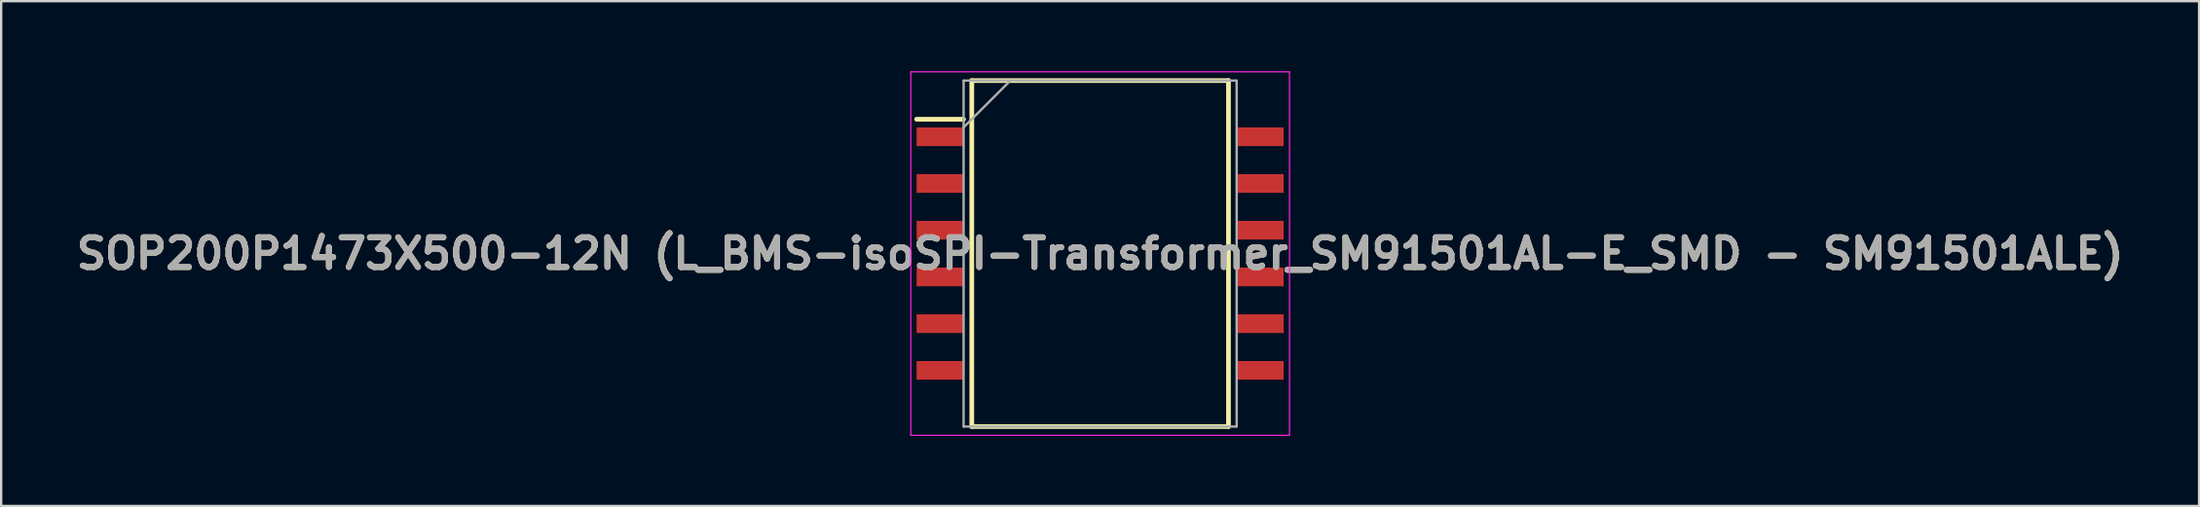
<source format=kicad_pcb>
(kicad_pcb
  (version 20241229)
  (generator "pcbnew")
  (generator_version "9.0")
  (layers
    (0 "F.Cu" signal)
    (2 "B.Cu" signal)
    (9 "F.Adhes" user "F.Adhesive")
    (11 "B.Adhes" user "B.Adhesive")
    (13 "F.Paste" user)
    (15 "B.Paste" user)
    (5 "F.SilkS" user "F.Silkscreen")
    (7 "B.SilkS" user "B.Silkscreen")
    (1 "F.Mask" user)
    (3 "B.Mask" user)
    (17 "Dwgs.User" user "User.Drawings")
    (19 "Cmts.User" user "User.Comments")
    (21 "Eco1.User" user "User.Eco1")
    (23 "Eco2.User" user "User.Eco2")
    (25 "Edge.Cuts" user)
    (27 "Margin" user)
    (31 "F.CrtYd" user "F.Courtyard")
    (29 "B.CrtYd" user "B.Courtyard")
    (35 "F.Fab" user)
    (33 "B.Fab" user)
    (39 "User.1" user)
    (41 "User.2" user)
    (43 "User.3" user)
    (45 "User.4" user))
  (footprint "SOP200P1473X500-12N (L_BMS-isoSPI-Transformer_SM91501AL-E_SMD - SM91501ALE)"
    (layer "F.Cu")
    (at 44.009 7.805)
    (property "Reference" "SOP200P1473X500-12N (L_BMS-isoSPI-Transformer_SM91501AL-E_SMD - SM91501ALE)" (at 0 0 0) (layer "F.SilkS") (effects (font (size 1.27 1.27) (thickness 0.254))))
    (attr smd)
    (fp_line (start -7.85 -5.75) (end -5.84 -5.75) (stroke (width 0.2) (type solid)) (layer "F.SilkS"))
    (fp_line (start -5.49 -7.405) (end 5.49 -7.405) (stroke (width 0.2) (type solid)) (layer "F.SilkS"))
    (fp_line (start -5.49 7.405) (end -5.49 -7.405) (stroke (width 0.2) (type solid)) (layer "F.SilkS"))
    (fp_line (start 5.49 -7.405) (end 5.49 7.405) (stroke (width 0.2) (type solid)) (layer "F.SilkS"))
    (fp_line (start 5.49 7.405) (end -5.49 7.405) (stroke (width 0.2) (type solid)) (layer "F.SilkS"))
    (fp_line (start -8.1 -7.78) (end 8.1 -7.78) (stroke (width 0.05) (type solid)) (layer "F.CrtYd"))
    (fp_line (start -8.1 7.78) (end -8.1 -7.78) (stroke (width 0.05) (type solid)) (layer "F.CrtYd"))
    (fp_line (start 8.1 -7.78) (end 8.1 7.78) (stroke (width 0.05) (type solid)) (layer "F.CrtYd"))
    (fp_line (start 8.1 7.78) (end -8.1 7.78) (stroke (width 0.05) (type solid)) (layer "F.CrtYd"))
    (fp_line (start -5.84 -7.405) (end 5.84 -7.405) (stroke (width 0.1) (type solid)) (layer "F.Fab"))
    (fp_line (start -5.84 -5.405) (end -3.84 -7.405) (stroke (width 0.1) (type solid)) (layer "F.Fab"))
    (fp_line (start -5.84 7.405) (end -5.84 -7.405) (stroke (width 0.1) (type solid)) (layer "F.Fab"))
    (fp_line (start 5.84 -7.405) (end 5.84 7.405) (stroke (width 0.1) (type solid)) (layer "F.Fab"))
    (fp_line (start 5.84 7.405) (end -5.84 7.405) (stroke (width 0.1) (type solid)) (layer "F.Fab"))
    (fp_text user "${REFERENCE}" (at 0 0 0) (layer "F.Fab") (effects (font (size 1.27 1.27) (thickness 0.254))))
    (pad "1" smd rect (at -6.845 -5 90) (size 0.8 2.01) (layers "F.Cu" "F.Mask" "F.Paste"))
    (pad "2" smd rect (at -6.845 -3 90) (size 0.8 2.01) (layers "F.Cu" "F.Mask" "F.Paste"))
    (pad "3" smd rect (at -6.845 -1 90) (size 0.8 2.01) (layers "F.Cu" "F.Mask" "F.Paste"))
    (pad "4" smd rect (at -6.845 1 90) (size 0.8 2.01) (layers "F.Cu" "F.Mask" "F.Paste"))
    (pad "5" smd rect (at -6.845 3 90) (size 0.8 2.01) (layers "F.Cu" "F.Mask" "F.Paste"))
    (pad "6" smd rect (at -6.845 5 90) (size 0.8 2.01) (layers "F.Cu" "F.Mask" "F.Paste"))
    (pad "7" smd rect (at 6.845 5 90) (size 0.8 2.01) (layers "F.Cu" "F.Mask" "F.Paste"))
    (pad "8" smd rect (at 6.845 3 90) (size 0.8 2.01) (layers "F.Cu" "F.Mask" "F.Paste"))
    (pad "9" smd rect (at 6.845 1 90) (size 0.8 2.01) (layers "F.Cu" "F.Mask" "F.Paste"))
    (pad "10" smd rect (at 6.845 -1 90) (size 0.8 2.01) (layers "F.Cu" "F.Mask" "F.Paste"))
    (pad "11" smd rect (at 6.845 -3 90) (size 0.8 2.01) (layers "F.Cu" "F.Mask" "F.Paste"))
    (pad "12" smd rect (at 6.845 -5 90) (size 0.8 2.01) (layers "F.Cu" "F.Mask" "F.Paste")))
  (gr_rect
    (start -3 -3)
    (end 91.017 18.61)
    (stroke (width 0.1) (type default))
    (fill no)
    (layer "Edge.Cuts")))
</source>
